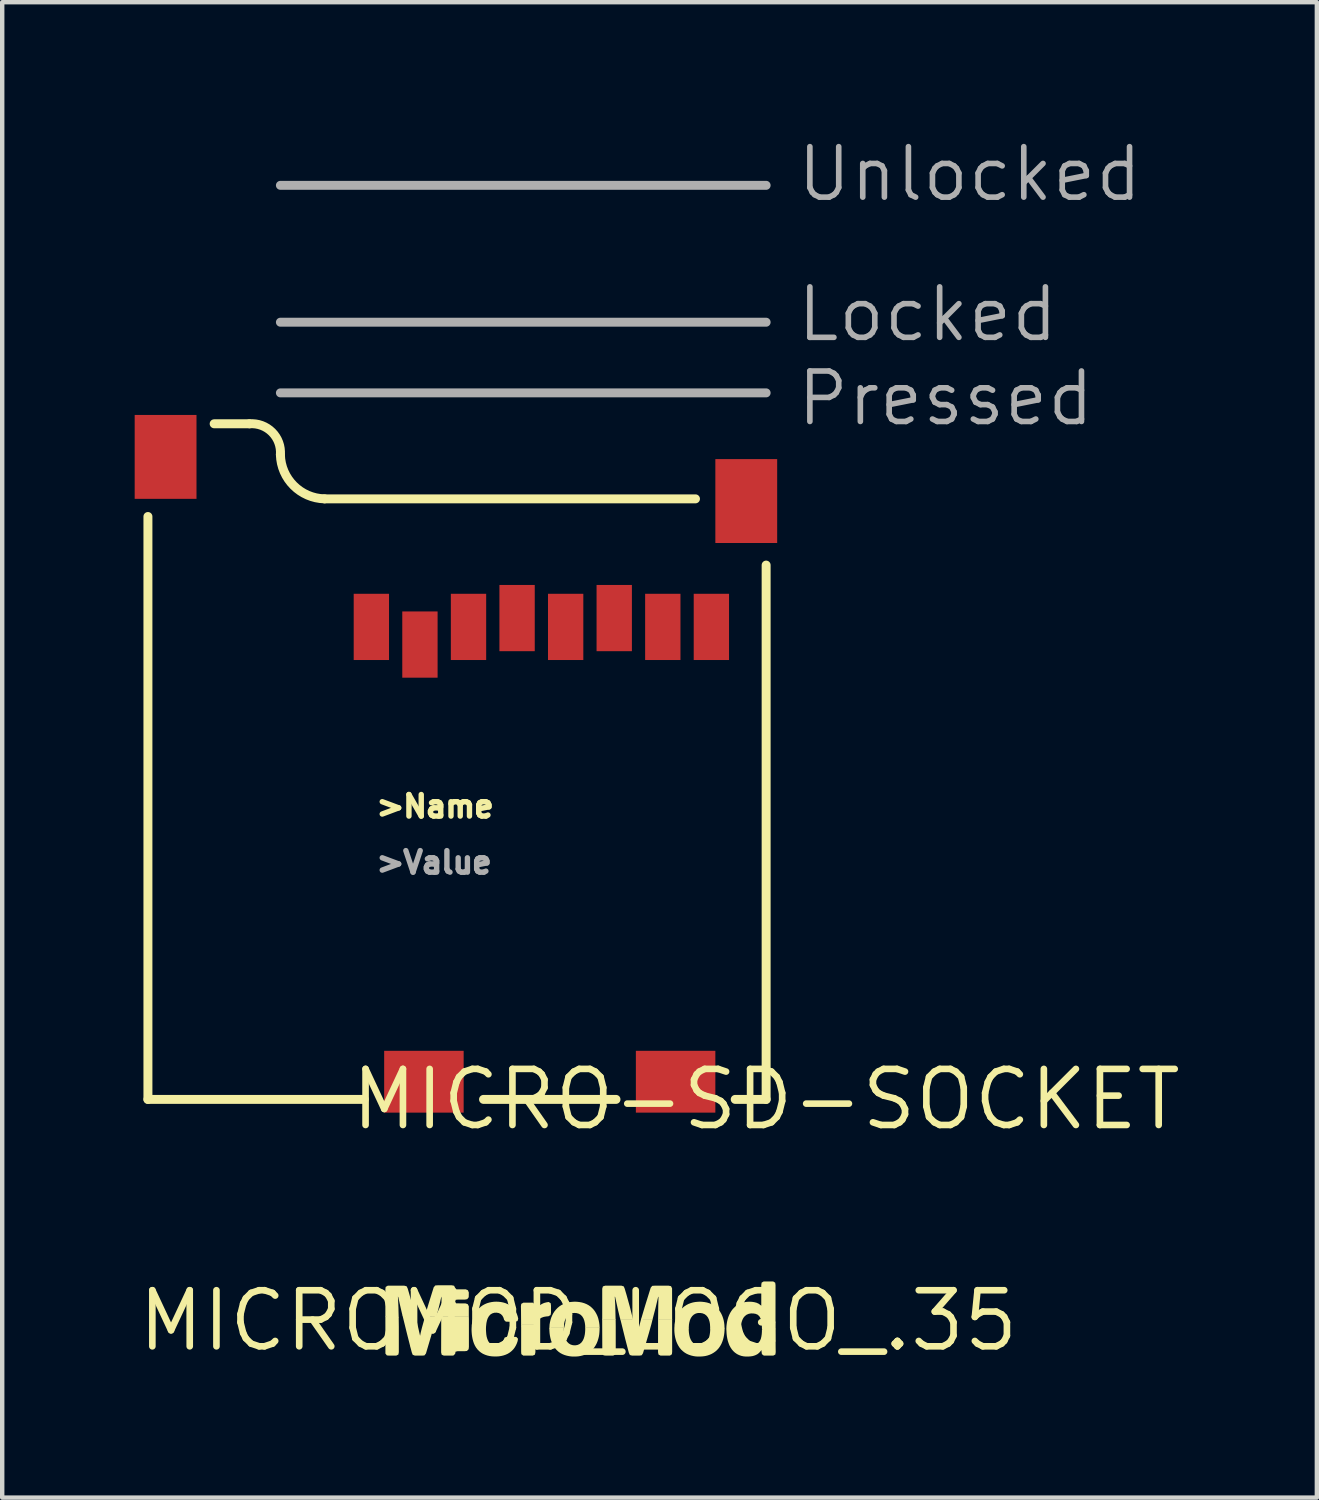
<source format=kicad_pcb>
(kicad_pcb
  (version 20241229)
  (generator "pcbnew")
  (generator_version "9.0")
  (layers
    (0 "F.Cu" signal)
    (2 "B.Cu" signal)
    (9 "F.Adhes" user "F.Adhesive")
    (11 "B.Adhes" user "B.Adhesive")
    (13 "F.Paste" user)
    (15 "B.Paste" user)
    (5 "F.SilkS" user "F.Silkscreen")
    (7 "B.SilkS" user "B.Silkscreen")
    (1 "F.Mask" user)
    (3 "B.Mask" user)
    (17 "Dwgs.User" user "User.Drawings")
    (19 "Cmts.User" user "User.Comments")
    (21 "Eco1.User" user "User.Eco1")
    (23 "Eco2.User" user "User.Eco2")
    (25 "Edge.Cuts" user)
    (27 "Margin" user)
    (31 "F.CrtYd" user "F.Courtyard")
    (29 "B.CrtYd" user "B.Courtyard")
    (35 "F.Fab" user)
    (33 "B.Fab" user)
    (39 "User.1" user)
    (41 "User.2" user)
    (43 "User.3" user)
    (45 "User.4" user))
  (footprint "MICROMOD_LOGO_.35"
    (layer "F.Cu")
    (at 10.046 26.859)
    (property "Reference" "MICROMOD_LOGO_.35" (at 0 0 0) (layer "F.SilkS") (effects (font (size 1.27 1.27) (thickness 0.15))))
    (fp_poly (pts (xy 2.126 0.706) (xy 2.12 0.76) (xy 2.076 0.79) (xy 1.864 0.791) (xy 1.816 0.766) (xy 1.806 0.712) (xy 1.807 -0.026) (xy 1.858 -0.033) (xy 2.125 -0.033)) (stroke (width 0) (type solid)) (fill yes) (layer "F.SilkS"))
    (fp_poly (pts (xy -4.067 -0.076) (xy -4.064 0.136) (xy -4.064 0.713) (xy -4.074 0.766) (xy -4.122 0.791) (xy -4.281 0.791) (xy -4.335 0.786) (xy -4.368 0.744) (xy -4.369 -0.101) (xy -4.1 -0.101)) (stroke (width 0) (type solid)) (fill yes) (layer "F.SilkS"))
    (fp_poly (pts (xy 0.577 -0.033) (xy 0.846 -0.033) (xy 0.848 0.131) (xy 0.848 0.714) (xy 0.838 0.767) (xy 0.789 0.791) (xy 0.629 0.791) (xy 0.574 0.785) (xy 0.544 0.74) (xy 0.541 -0.045)) (stroke (width 0) (type solid)) (fill yes) (layer "F.SilkS"))
    (fp_poly (pts (xy -0.963 0.134) (xy -0.969 0.187) (xy -0.971 0.239) (xy -0.971 0.715) (xy -0.983 0.769) (xy -1.032 0.791) (xy -1.247 0.79) (xy -1.29 0.757) (xy -1.294 0.702) (xy -1.294 0.12) (xy -1.279 0.077) (xy -0.952 0.077)) (stroke (width 0) (type solid)) (fill yes) (layer "F.SilkS"))
    (fp_poly (pts (xy -3.065 -0.101) (xy -2.479 -0.101) (xy -2.477 -0.043) (xy -2.477 0.592) (xy -2.483 0.646) (xy -2.521 0.685) (xy -2.576 0.691) (xy -2.734 0.691) (xy -2.779 0.702) (xy -2.789 0.751) (xy -2.828 0.789) (xy -2.883 0.791) (xy -3.043 0.791) (xy -3.093 0.771) (xy -3.106 0.718) (xy -3.104 -0.107)) (stroke (width 0) (type solid)) (fill yes) (layer "F.SilkS"))
    (fp_poly (pts (xy 2.1 -0.782) (xy 2.124 -0.733) (xy 2.125 -0.019) (xy 2.084 -0.022) (xy 1.822 -0.022) (xy 1.807 -0.009) (xy 1.811 -0.335) (xy 1.816 -0.541) (xy 1.809 -0.54) (xy 1.749 -0.286) (xy 1.681 -0.027) (xy 1.628 -0.022) (xy 1.468 -0.022) (xy 1.422 -0.033) (xy 1.514 -0.342) (xy 1.64 -0.747) (xy 1.674 -0.789) (xy 1.729 -0.793) (xy 2.047 -0.793)) (stroke (width 0) (type solid)) (fill yes) (layer "F.SilkS"))
    (fp_poly (pts (xy 1.03 -0.776) (xy 1.051 -0.726) (xy 1.096 -0.574) (xy 1.166 -0.321) (xy 1.243 -0.017) (xy 1.221 -0.023) (xy 0.955 -0.023) (xy 0.94 -0.076) (xy 0.903 -0.229) (xy 0.835 -0.536) (xy 0.826 -0.547) (xy 0.837 -0.354) (xy 0.845 -0.021) (xy 0.797 -0.023) (xy 0.586 -0.023) (xy 0.542 -0.037) (xy 0.542 -0.725) (xy 0.558 -0.777) (xy 0.609 -0.793) (xy 0.979 -0.793)) (stroke (width 0) (type solid)) (fill yes) (layer "F.SilkS"))
    (fp_poly (pts (xy -3.888 -0.78) (xy -3.864 -0.731) (xy -3.834 -0.629) (xy -3.762 -0.373) (xy -3.69 -0.096) (xy -3.728 -0.091) (xy -3.942 -0.091) (xy -3.981 -0.114) (xy -4.042 -0.375) (xy -4.075 -0.53) (xy -4.085 -0.547) (xy -4.08 -0.463) (xy -4.073 -0.304) (xy -4.069 -0.145) (xy -4.067 -0.07) (xy -4.342 -0.091) (xy -4.369 -0.09) (xy -4.369 -0.711) (xy -4.362 -0.765) (xy -4.315 -0.793) (xy -3.941 -0.793)) (stroke (width 0) (type solid)) (fill yes) (layer "F.SilkS"))
    (fp_poly (pts (xy -3.69 -0.101) (xy -3.673 -0.046) (xy -3.648 0.057) (xy -3.583 0.342) (xy -3.566 0.26) (xy -3.54 0.157) (xy -3.483 -0.048) (xy -3.466 -0.101) (xy -3.248 -0.101) (xy -3.215 -0.079) (xy -3.329 0.334) (xy -3.45 0.743) (xy -3.484 0.786) (xy -3.538 0.791) (xy -3.699 0.791) (xy -3.75 0.772) (xy -3.77 0.72) (xy -3.797 0.617) (xy -3.876 0.308) (xy -3.965 -0.054) (xy -3.981 -0.119)) (stroke (width 0) (type solid)) (fill yes) (layer "F.SilkS"))
    (fp_poly (pts (xy 1.466 -0.033) (xy 1.683 -0.033) (xy 1.656 0.076) (xy 1.599 0.28) (xy 1.465 0.738) (xy 1.435 0.783) (xy 1.381 0.791) (xy 1.221 0.791) (xy 1.168 0.777) (xy 1.145 0.727) (xy 1.065 0.42) (xy 0.976 0.06) (xy 0.953 -0.032) (xy 0.976 -0.033) (xy 1.188 -0.033) (xy 1.242 -0.028) (xy 1.291 0.181) (xy 1.324 0.335) (xy 1.328 0.337) (xy 1.337 0.292) (xy 1.362 0.189) (xy 1.426 -0.047)) (stroke (width 0) (type solid)) (fill yes) (layer "F.SilkS"))
    (fp_poly (pts (xy -0.625 -0.396) (xy -0.618 -0.341) (xy -0.618 -0.182) (xy -0.627 -0.128) (xy -0.674 -0.101) (xy -0.727 -0.096) (xy -0.779 -0.087) (xy -0.828 -0.07) (xy -0.873 -0.044) (xy -0.91 -0.009) (xy -0.937 0.035) (xy -0.957 0.087) (xy -1.274 0.087) (xy -1.294 0.156) (xy -1.297 -0.221) (xy -1.299 -0.327) (xy -1.292 -0.381) (xy -1.244 -0.408) (xy -1.03 -0.408) (xy -0.986 -0.375) (xy -0.979 -0.32) (xy -0.977 -0.224) (xy -0.971 -0.228) (xy -0.944 -0.273) (xy -0.91 -0.314) (xy -0.87 -0.349) (xy -0.825 -0.379) (xy -0.776 -0.401) (xy -0.725 -0.415) (xy -0.671 -0.424)) (stroke (width 0) (type solid)) (fill yes) (layer "F.SilkS"))
    (fp_poly (pts (xy -2.813 -0.792) (xy -2.789 -0.745) (xy -2.76 -0.711) (xy -2.55 -0.711) (xy -2.5 -0.69) (xy -2.479 -0.64) (xy -2.481 -0.532) (xy -2.514 -0.488) (xy -2.567 -0.478) (xy -2.726 -0.478) (xy -2.775 -0.473) (xy -2.788 -0.431) (xy -2.766 -0.393) (xy -2.557 -0.392) (xy -2.505 -0.376) (xy -2.479 -0.328) (xy -2.479 -0.094) (xy -2.517 -0.091) (xy -3.104 -0.091) (xy -3.101 -0.307) (xy -3.096 -0.518) (xy -3.098 -0.544) (xy -3.107 -0.52) (xy -3.143 -0.366) (xy -3.219 -0.066) (xy -3.256 -0.091) (xy -3.467 -0.096) (xy -3.456 -0.153) (xy -3.446 -0.2) (xy -3.369 -0.453) (xy -3.274 -0.757) (xy -3.239 -0.798) (xy -3.184 -0.802) (xy -2.866 -0.802)) (stroke (width 0) (type solid)) (fill yes) (layer "F.SilkS"))
    (fp_poly (pts (xy -1.805 -0.429) (xy -1.753 -0.423) (xy -1.701 -0.413) (xy -1.65 -0.398) (xy -1.601 -0.377) (xy -1.554 -0.351) (xy -1.512 -0.319) (xy -1.473 -0.282) (xy -1.44 -0.241) (xy -1.412 -0.196) (xy -1.389 -0.148) (xy -1.372 -0.097) (xy -1.36 -0.044) (xy -1.376 0.008) (xy -1.428 0.023) (xy -1.586 0.023) (xy -1.641 0.021) (xy -1.679 -0.016) (xy -1.694 -0.068) (xy -1.718 -0.113) (xy -1.754 -0.15) (xy -1.799 -0.173) (xy -1.849 -0.182) (xy -1.901 -0.18) (xy -1.95 -0.165) (xy -1.993 -0.138) (xy -2.026 -0.099) (xy -2.051 -0.054) (xy -2.068 -0.005) (xy -2.079 0.046) (xy -2.087 0.102) (xy -2.412 0.103) (xy -2.405 0.045) (xy -2.395 -0.007) (xy -2.38 -0.058) (xy -2.362 -0.108) (xy -2.339 -0.156) (xy -2.312 -0.202) (xy -2.281 -0.245) (xy -2.245 -0.284) (xy -2.206 -0.319) (xy -2.162 -0.35) (xy -2.116 -0.375) (xy -2.067 -0.396) (xy -2.016 -0.411) (xy -1.964 -0.422) (xy -1.911 -0.429) (xy -1.858 -0.431)) (stroke (width 0) (type solid)) (fill yes) (layer "F.SilkS"))
    (fp_poly (pts (xy 4.46 -0.86) (xy 4.467 -0.805) (xy 4.466 0.191) (xy 4.445 0.19) (xy 4.183 0.19) (xy 4.161 0.214) (xy 4.156 0.097) (xy 4.151 0.044) (xy 4.142 -0.007) (xy 4.125 -0.057) (xy 4.1 -0.101) (xy 4.062 -0.136) (xy 4.014 -0.156) (xy 3.963 -0.164) (xy 3.911 -0.165) (xy 3.86 -0.156) (xy 3.813 -0.136) (xy 3.772 -0.104) (xy 3.739 -0.064) (xy 3.716 -0.018) (xy 3.699 0.032) (xy 3.689 0.083) (xy 3.683 0.234) (xy 3.409 0.191) (xy 3.353 0.189) (xy 3.355 0.131) (xy 3.361 0.078) (xy 3.369 0.025) (xy 3.381 -0.027) (xy 3.396 -0.078) (xy 3.416 -0.128) (xy 3.439 -0.175) (xy 3.467 -0.221) (xy 3.499 -0.264) (xy 3.536 -0.302) (xy 3.577 -0.337) (xy 3.622 -0.366) (xy 3.669 -0.39) (xy 3.72 -0.409) (xy 3.772 -0.421) (xy 3.825 -0.428) (xy 3.878 -0.43) (xy 3.931 -0.428) (xy 3.984 -0.42) (xy 4.036 -0.407) (xy 4.085 -0.385) (xy 4.144 -0.34) (xy 4.144 -0.807) (xy 4.152 -0.862) (xy 4.199 -0.889) (xy 4.414 -0.889)) (stroke (width 0) (type solid)) (fill yes) (layer "F.SilkS"))
    (fp_poly (pts (xy -2.09 0.15) (xy -2.091 0.203) (xy -2.088 0.255) (xy -2.084 0.307) (xy -2.076 0.358) (xy -2.062 0.408) (xy -2.043 0.456) (xy -2.016 0.5) (xy -1.978 0.534) (xy -1.932 0.556) (xy -1.882 0.564) (xy -1.831 0.562) (xy -1.782 0.547) (xy -1.741 0.517) (xy -1.711 0.476) (xy -1.666 0.38) (xy -1.614 0.365) (xy -1.456 0.365) (xy -1.401 0.368) (xy -1.365 0.409) (xy -1.374 0.463) (xy -1.391 0.513) (xy -1.413 0.561) (xy -1.44 0.607) (xy -1.472 0.649) (xy -1.51 0.687) (xy -1.551 0.72) (xy -1.596 0.748) (xy -1.645 0.77) (xy -1.695 0.787) (xy -1.746 0.799) (xy -1.799 0.807) (xy -1.851 0.81) (xy -1.904 0.81) (xy -1.957 0.807) (xy -2.009 0.8) (xy -2.061 0.788) (xy -2.111 0.771) (xy -2.16 0.749) (xy -2.205 0.721) (xy -2.246 0.688) (xy -2.283 0.65) (xy -2.315 0.608) (xy -2.342 0.562) (xy -2.364 0.513) (xy -2.381 0.463) (xy -2.394 0.412) (xy -2.404 0.36) (xy -2.411 0.308) (xy -2.415 0.255) (xy -2.417 0.203) (xy -2.415 0.15) (xy -2.411 0.093) (xy -2.086 0.093)) (stroke (width 0) (type solid)) (fill yes) (layer "F.SilkS"))
    (fp_poly (pts (xy 4.469 0.607) (xy 4.471 0.712) (xy 4.463 0.766) (xy 4.415 0.791) (xy 4.201 0.79) (xy 4.158 0.757) (xy 4.15 0.703) (xy 4.148 0.664) (xy 4.13 0.688) (xy 4.095 0.728) (xy 4.052 0.761) (xy 4.004 0.784) (xy 3.953 0.8) (xy 3.901 0.808) (xy 3.848 0.812) (xy 3.795 0.812) (xy 3.742 0.807) (xy 3.69 0.796) (xy 3.64 0.778) (xy 3.592 0.754) (xy 3.548 0.723) (xy 3.509 0.687) (xy 3.475 0.647) (xy 3.446 0.602) (xy 3.421 0.555) (xy 3.402 0.505) (xy 3.386 0.455) (xy 3.374 0.403) (xy 3.365 0.351) (xy 3.359 0.298) (xy 3.353 0.188) (xy 3.404 0.18) (xy 3.672 0.18) (xy 3.684 0.227) (xy 3.688 0.28) (xy 3.697 0.331) (xy 3.71 0.382) (xy 3.73 0.43) (xy 3.757 0.473) (xy 3.793 0.51) (xy 3.838 0.535) (xy 3.888 0.548) (xy 3.939 0.549) (xy 3.991 0.543) (xy 4.039 0.527) (xy 4.081 0.498) (xy 4.113 0.458) (xy 4.134 0.41) (xy 4.146 0.36) (xy 4.154 0.308) (xy 4.158 0.256) (xy 4.159 0.201) (xy 4.197 0.18) (xy 4.467 0.18)) (stroke (width 0) (type solid)) (fill yes) (layer "F.SilkS"))
    (fp_poly (pts (xy -0.022 -0.428) (xy 0.03 -0.422) (xy 0.083 -0.412) (xy 0.134 -0.397) (xy 0.184 -0.377) (xy 0.231 -0.352) (xy 0.275 -0.322) (xy 0.315 -0.286) (xy 0.351 -0.247) (xy 0.382 -0.204) (xy 0.409 -0.157) (xy 0.432 -0.109) (xy 0.45 -0.059) (xy 0.463 -0.007) (xy 0.473 0.045) (xy 0.48 0.098) (xy 0.483 0.156) (xy 0.427 0.159) (xy 0.158 0.159) (xy 0.155 0.101) (xy 0.148 0.049) (xy 0.136 -0.002) (xy 0.118 -0.05) (xy 0.091 -0.095) (xy 0.056 -0.132) (xy 0.011 -0.158) (xy -0.038 -0.172) (xy -0.09 -0.176) (xy -0.141 -0.17) (xy -0.19 -0.153) (xy -0.232 -0.123) (xy -0.265 -0.084) (xy -0.29 -0.038) (xy -0.308 0.011) (xy -0.32 0.062) (xy -0.33 0.207) (xy -0.35 0.159) (xy -0.61 0.159) (xy -0.656 0.183) (xy -0.65 0.086) (xy -0.641 0.034) (xy -0.629 -0.018) (xy -0.613 -0.069) (xy -0.592 -0.118) (xy -0.568 -0.166) (xy -0.539 -0.211) (xy -0.506 -0.252) (xy -0.468 -0.291) (xy -0.427 -0.325) (xy -0.383 -0.354) (xy -0.335 -0.379) (xy -0.286 -0.398) (xy -0.234 -0.413) (xy -0.182 -0.423) (xy -0.129 -0.428) (xy -0.076 -0.431)) (stroke (width 0) (type solid)) (fill yes) (layer "F.SilkS"))
    (fp_poly (pts (xy 2.807 -0.428) (xy 2.86 -0.422) (xy 2.913 -0.412) (xy 2.964 -0.397) (xy 3.013 -0.377) (xy 3.06 -0.352) (xy 3.104 -0.321) (xy 3.145 -0.286) (xy 3.181 -0.246) (xy 3.212 -0.203) (xy 3.239 -0.157) (xy 3.261 -0.109) (xy 3.279 -0.058) (xy 3.293 -0.007) (xy 3.303 0.046) (xy 3.309 0.099) (xy 3.312 0.175) (xy 3.27 0.173) (xy 3.006 0.173) (xy 2.988 0.176) (xy 2.982 0.075) (xy 2.973 0.024) (xy 2.958 -0.026) (xy 2.936 -0.073) (xy 2.904 -0.114) (xy 2.864 -0.146) (xy 2.816 -0.166) (xy 2.765 -0.175) (xy 2.713 -0.175) (xy 2.663 -0.163) (xy 2.618 -0.139) (xy 2.58 -0.104) (xy 2.55 -0.061) (xy 2.529 -0.014) (xy 2.515 0.037) (xy 2.506 0.088) (xy 2.501 0.175) (xy 2.47 0.172) (xy 2.205 0.172) (xy 2.177 0.169) (xy 2.18 0.087) (xy 2.188 0.034) (xy 2.201 -0.018) (xy 2.217 -0.069) (xy 2.237 -0.118) (xy 2.262 -0.165) (xy 2.291 -0.21) (xy 2.324 -0.252) (xy 2.361 -0.29) (xy 2.402 -0.324) (xy 2.447 -0.354) (xy 2.494 -0.379) (xy 2.544 -0.398) (xy 2.595 -0.413) (xy 2.648 -0.423) (xy 2.701 -0.428) (xy 2.754 -0.431)) (stroke (width 0) (type solid)) (fill yes) (layer "F.SilkS"))
    (fp_poly (pts (xy 3.312 0.22) (xy 3.308 0.273) (xy 3.301 0.325) (xy 3.291 0.377) (xy 3.278 0.428) (xy 3.261 0.478) (xy 3.24 0.527) (xy 3.214 0.573) (xy 3.184 0.617) (xy 3.149 0.657) (xy 3.11 0.693) (xy 3.067 0.724) (xy 3.021 0.751) (xy 2.973 0.772) (xy 2.923 0.789) (xy 2.871 0.801) (xy 2.819 0.808) (xy 2.766 0.811) (xy 2.713 0.812) (xy 2.66 0.809) (xy 2.608 0.801) (xy 2.557 0.789) (xy 2.506 0.772) (xy 2.458 0.751) (xy 2.412 0.724) (xy 2.37 0.692) (xy 2.331 0.656) (xy 2.297 0.615) (xy 2.268 0.571) (xy 2.243 0.524) (xy 2.222 0.475) (xy 2.206 0.425) (xy 2.193 0.374) (xy 2.184 0.322) (xy 2.178 0.269) (xy 2.175 0.216) (xy 2.178 0.162) (xy 2.446 0.162) (xy 2.501 0.165) (xy 2.502 0.222) (xy 2.506 0.274) (xy 2.514 0.326) (xy 2.526 0.376) (xy 2.545 0.424) (xy 2.571 0.469) (xy 2.605 0.507) (xy 2.647 0.536) (xy 2.695 0.553) (xy 2.747 0.558) (xy 2.798 0.553) (xy 2.846 0.536) (xy 2.888 0.507) (xy 2.921 0.468) (xy 2.945 0.423) (xy 2.963 0.374) (xy 2.975 0.323) (xy 2.983 0.272) (xy 2.987 0.22) (xy 2.987 0.162) (xy 3.313 0.162)) (stroke (width 0) (type solid)) (fill yes) (layer "F.SilkS"))
    (fp_poly (pts (xy 0.482 0.206) (xy 0.479 0.259) (xy 0.474 0.312) (xy 0.465 0.364) (xy 0.452 0.415) (xy 0.436 0.465) (xy 0.416 0.514) (xy 0.391 0.561) (xy 0.362 0.606) (xy 0.329 0.647) (xy 0.291 0.684) (xy 0.249 0.717) (xy 0.204 0.745) (xy 0.156 0.767) (xy 0.106 0.785) (xy 0.055 0.798) (xy 0.003 0.807) (xy -0.05 0.811) (xy -0.103 0.812) (xy -0.156 0.81) (xy -0.208 0.803) (xy -0.26 0.792) (xy -0.311 0.777) (xy -0.36 0.757) (xy -0.407 0.732) (xy -0.45 0.701) (xy -0.489 0.665) (xy -0.524 0.625) (xy -0.555 0.582) (xy -0.581 0.536) (xy -0.602 0.487) (xy -0.62 0.437) (xy -0.633 0.386) (xy -0.643 0.334) (xy -0.65 0.282) (xy -0.654 0.229) (xy -0.656 0.174) (xy -0.622 0.149) (xy -0.355 0.149) (xy -0.329 0.181) (xy -0.327 0.235) (xy -0.322 0.287) (xy -0.313 0.338) (xy -0.299 0.388) (xy -0.279 0.436) (xy -0.251 0.479) (xy -0.215 0.515) (xy -0.171 0.541) (xy -0.122 0.555) (xy -0.07 0.558) (xy -0.02 0.55) (xy 0.027 0.53) (xy 0.067 0.498) (xy 0.098 0.457) (xy 0.121 0.411) (xy 0.137 0.361) (xy 0.148 0.31) (xy 0.154 0.259) (xy 0.157 0.207) (xy 0.157 0.149) (xy 0.482 0.149)) (stroke (width 0) (type solid)) (fill yes) (layer "F.SilkS")))
  (footprint "MICRO-SD-SOCKET"
    (layer "F.Cu")
    (at 14.3 21.847)
    (property "Reference" "MICRO-SD-SOCKET" (at 0 0 0) (layer "F.SilkS") (effects (font (size 1.27 1.27) (thickness 0.15))))
    (fp_line (start -14 0) (end -14 -13.2) (stroke (width 0.203) (type solid)) (layer "F.SilkS"))
    (fp_line (start -14 0) (end -9.1 0) (stroke (width 0.203) (type solid)) (layer "F.SilkS"))
    (fp_line (start -11.7 -15.3) (end -12.5 -15.3) (stroke (width 0.203) (type solid)) (layer "F.SilkS"))
    (fp_line (start -10 -13.6) (end -1.6 -13.6) (stroke (width 0.203) (type solid)) (layer "F.SilkS"))
    (fp_line (start -3.4 0) (end -6.4 0) (stroke (width 0.203) (type solid)) (layer "F.SilkS"))
    (fp_line (start 0 -12.1) (end 0 0) (stroke (width 0.203) (type solid)) (layer "F.SilkS"))
    (fp_line (start 0 0) (end -0.7 0) (stroke (width 0.203) (type solid)) (layer "F.SilkS"))
    (fp_arc (start -11.7 -15.3) (mid -11.189022 -15.110978) (end -10.999999 -14.600001) (stroke (width 0.2032) (type solid)) (layer "F.SilkS"))
    (fp_arc (start -10.000001 -13.599999) (mid -10.700001 -13.9) (end -11 -14.6) (stroke (width 0.2032) (type solid)) (layer "F.SilkS"))
    (fp_line (start -11 -16) (end 0 -16) (stroke (width 0.203) (type solid)) (layer "F.Fab"))
    (fp_line (start 0 -20.7) (end -11 -20.7) (stroke (width 0.203) (type solid)) (layer "F.Fab"))
    (fp_line (start 0 -17.6) (end -11 -17.6) (stroke (width 0.203) (type solid)) (layer "F.Fab"))
    (fp_text user ">Name" (at -8.89 -6.35 0) (layer "F.SilkS") (effects (font (size 0.488 0.488) (thickness 0.122)) (justify left bottom)))
    (fp_text user "Unlocked" (at 0.635 -20.955 0) (layer "F.Fab") (effects (font (size 1.143 1.143) (thickness 0.127)) (justify left)))
    (fp_text user ">Value" (at -8.89 -5.08 0) (layer "F.Fab") (effects (font (size 0.488 0.488) (thickness 0.122)) (justify left bottom)))
    (fp_text user "Pressed" (at 0.635 -15.875 0) (layer "F.Fab") (effects (font (size 1.143 1.143) (thickness 0.127)) (justify left)))
    (fp_text user "Locked" (at 0.635 -17.78 0) (layer "F.Fab") (effects (font (size 1.143 1.143) (thickness 0.127)) (justify left)))
    (pad "CD1" smd rect (at -2.05 -0.4) (size 1.8 1.4) (layers "F.Cu" "F.Mask" "F.Paste"))
    (pad "CD2" smd rect (at -7.75 -0.4) (size 1.8 1.4) (layers "F.Cu" "F.Mask" "F.Paste"))
    (pad "CS/DAT3" smd rect (at -7.84 -10.3) (size 0.8 1.5) (layers "F.Cu" "F.Mask" "F.Paste"))
    (pad "DAT1" smd rect (at -1.24 -10.7) (size 0.8 1.5) (layers "F.Cu" "F.Mask" "F.Paste"))
    (pad "DAT2" smd rect (at -8.94 -10.7) (size 0.8 1.5) (layers "F.Cu" "F.Mask" "F.Paste"))
    (pad "DI/CMD" smd rect (at -6.74 -10.7) (size 0.8 1.5) (layers "F.Cu" "F.Mask" "F.Paste"))
    (pad "DO/DAT0" smd rect (at -2.34 -10.7) (size 0.8 1.5) (layers "F.Cu" "F.Mask" "F.Paste"))
    (pad "GND" smd rect (at -3.44 -10.9) (size 0.8 1.5) (layers "F.Cu" "F.Mask" "F.Paste"))
    (pad "GND1" smd rect (at -13.6 -14.55) (size 1.4 1.9) (layers "F.Cu" "F.Mask" "F.Paste"))
    (pad "GND3" smd rect (at -0.45 -13.55) (size 1.4 1.9) (layers "F.Cu" "F.Mask" "F.Paste"))
    (pad "SCLK" smd rect (at -4.54 -10.7) (size 0.8 1.5) (layers "F.Cu" "F.Mask" "F.Paste"))
    (pad "VCC" smd rect (at -5.64 -10.9) (size 0.8 1.5) (layers "F.Cu" "F.Mask" "F.Paste")))
  (gr_rect
    (start -3 -3)
    (end 26.772 30.865)
    (stroke (width 0.1) (type default))
    (fill no)
    (layer "Edge.Cuts")))
</source>
